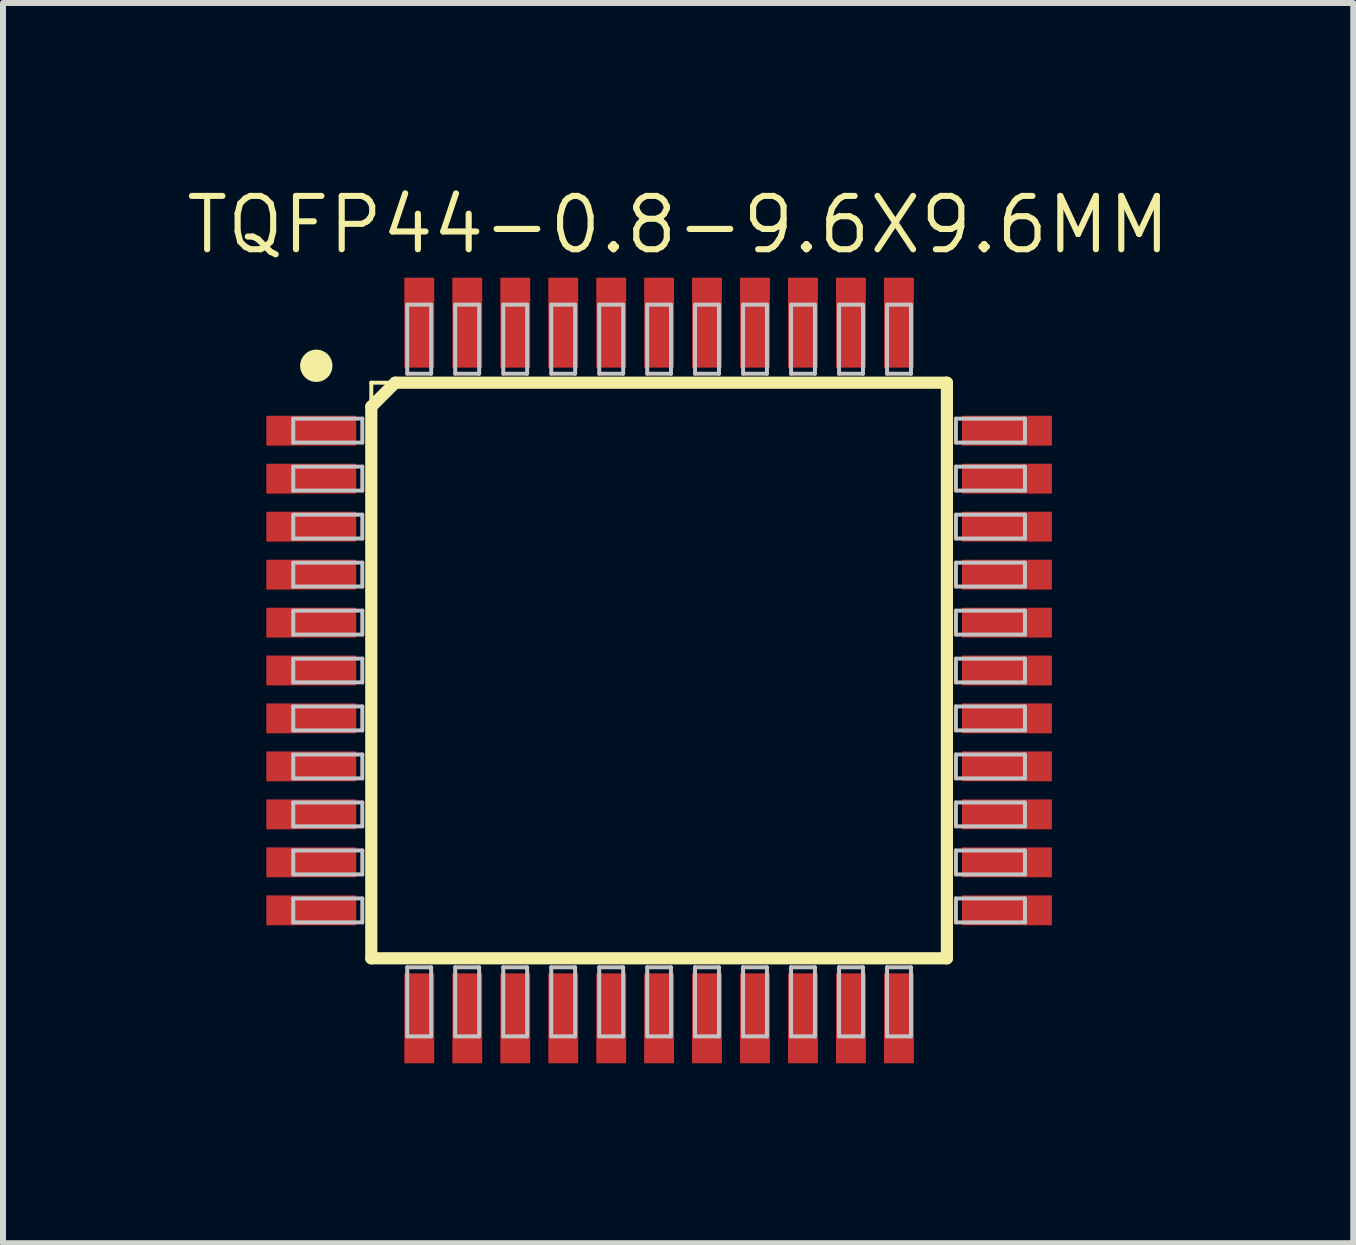
<source format=kicad_pcb>
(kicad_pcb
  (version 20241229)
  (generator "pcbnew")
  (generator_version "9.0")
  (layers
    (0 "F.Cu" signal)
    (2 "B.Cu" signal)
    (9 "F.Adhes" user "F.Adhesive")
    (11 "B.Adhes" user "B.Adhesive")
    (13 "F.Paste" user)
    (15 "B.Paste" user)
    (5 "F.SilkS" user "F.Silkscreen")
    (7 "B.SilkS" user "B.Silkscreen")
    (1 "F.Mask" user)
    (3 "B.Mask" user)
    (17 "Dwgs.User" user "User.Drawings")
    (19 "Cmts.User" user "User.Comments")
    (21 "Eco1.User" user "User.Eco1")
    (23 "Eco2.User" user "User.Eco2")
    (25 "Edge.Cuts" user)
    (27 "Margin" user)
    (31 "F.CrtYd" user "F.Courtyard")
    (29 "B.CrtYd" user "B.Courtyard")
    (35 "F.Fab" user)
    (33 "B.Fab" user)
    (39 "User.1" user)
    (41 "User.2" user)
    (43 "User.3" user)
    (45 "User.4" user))
  (footprint "TQFP44-0.8-9.6X9.6MM"
    (layer "F.Cu")
    (at 7.938 8.128)
    (property "Reference" "TQFP44-0.8-9.6X9.6MM" (at 0.318 -7.429 0) (layer "F.SilkS") (effects (font (size 0.889 0.889) (thickness 0.102))))
    (attr smd)
    (fp_line (start -4.798 -4.798) (end 4.798 -4.798) (stroke (width 0.066) (type solid)) (layer "F.SilkS"))
    (fp_line (start -4.798 -4.399) (end -4.399 -4.798) (stroke (width 0.203) (type solid)) (layer "F.SilkS"))
    (fp_line (start -4.798 4.798) (end -4.798 -4.798) (stroke (width 0.066) (type solid)) (layer "F.SilkS"))
    (fp_line (start -4.798 4.798) (end -4.798 -4.399) (stroke (width 0.203) (type solid)) (layer "F.SilkS"))
    (fp_line (start -4.798 4.798) (end 4.798 4.798) (stroke (width 0.066) (type solid)) (layer "F.SilkS"))
    (fp_line (start -4.399 -4.798) (end 4.798 -4.798) (stroke (width 0.203) (type solid)) (layer "F.SilkS"))
    (fp_line (start 4.798 -4.798) (end 4.798 4.798) (stroke (width 0.203) (type solid)) (layer "F.SilkS"))
    (fp_line (start 4.798 4.798) (end -4.798 4.798) (stroke (width 0.203) (type solid)) (layer "F.SilkS"))
    (fp_line (start 4.798 4.798) (end 4.798 -4.798) (stroke (width 0.066) (type solid)) (layer "F.SilkS"))
    (fp_circle (center -5.715 -5.08) (end -5.905 -5.271) (stroke (width 0) (type solid)) (fill yes) (layer "F.SilkS"))
    (fp_line (start -6.099 -4.199) (end -4.948 -4.199) (stroke (width 0.066) (type solid)) (layer "Dwgs.User"))
    (fp_line (start -6.099 -3.8) (end -6.099 -4.199) (stroke (width 0.066) (type solid)) (layer "Dwgs.User"))
    (fp_line (start -6.099 -3.8) (end -4.948 -3.8) (stroke (width 0.066) (type solid)) (layer "Dwgs.User"))
    (fp_line (start -6.099 -3.399) (end -4.948 -3.399) (stroke (width 0.066) (type solid)) (layer "Dwgs.User"))
    (fp_line (start -6.099 -3) (end -6.099 -3.399) (stroke (width 0.066) (type solid)) (layer "Dwgs.User"))
    (fp_line (start -6.099 -3) (end -4.948 -3) (stroke (width 0.066) (type solid)) (layer "Dwgs.User"))
    (fp_line (start -6.099 -2.598) (end -4.948 -2.598) (stroke (width 0.066) (type solid)) (layer "Dwgs.User"))
    (fp_line (start -6.099 -2.2) (end -6.099 -2.598) (stroke (width 0.066) (type solid)) (layer "Dwgs.User"))
    (fp_line (start -6.099 -2.2) (end -4.948 -2.2) (stroke (width 0.066) (type solid)) (layer "Dwgs.User"))
    (fp_line (start -6.099 -1.798) (end -4.948 -1.798) (stroke (width 0.066) (type solid)) (layer "Dwgs.User"))
    (fp_line (start -6.099 -1.4) (end -6.099 -1.798) (stroke (width 0.066) (type solid)) (layer "Dwgs.User"))
    (fp_line (start -6.099 -1.4) (end -4.948 -1.4) (stroke (width 0.066) (type solid)) (layer "Dwgs.User"))
    (fp_line (start -6.099 -0.998) (end -4.948 -0.998) (stroke (width 0.066) (type solid)) (layer "Dwgs.User"))
    (fp_line (start -6.099 -0.599) (end -6.099 -0.998) (stroke (width 0.066) (type solid)) (layer "Dwgs.User"))
    (fp_line (start -6.099 -0.599) (end -4.948 -0.599) (stroke (width 0.066) (type solid)) (layer "Dwgs.User"))
    (fp_line (start -6.099 -0.198) (end -4.948 -0.198) (stroke (width 0.066) (type solid)) (layer "Dwgs.User"))
    (fp_line (start -6.099 0.198) (end -6.099 -0.198) (stroke (width 0.066) (type solid)) (layer "Dwgs.User"))
    (fp_line (start -6.099 0.198) (end -4.948 0.198) (stroke (width 0.066) (type solid)) (layer "Dwgs.User"))
    (fp_line (start -6.099 0.599) (end -4.948 0.599) (stroke (width 0.066) (type solid)) (layer "Dwgs.User"))
    (fp_line (start -6.099 0.998) (end -6.099 0.599) (stroke (width 0.066) (type solid)) (layer "Dwgs.User"))
    (fp_line (start -6.099 0.998) (end -4.948 0.998) (stroke (width 0.066) (type solid)) (layer "Dwgs.User"))
    (fp_line (start -6.099 1.4) (end -4.948 1.4) (stroke (width 0.066) (type solid)) (layer "Dwgs.User"))
    (fp_line (start -6.099 1.798) (end -6.099 1.4) (stroke (width 0.066) (type solid)) (layer "Dwgs.User"))
    (fp_line (start -6.099 1.798) (end -4.948 1.798) (stroke (width 0.066) (type solid)) (layer "Dwgs.User"))
    (fp_line (start -6.099 2.2) (end -4.948 2.2) (stroke (width 0.066) (type solid)) (layer "Dwgs.User"))
    (fp_line (start -6.099 2.598) (end -6.099 2.2) (stroke (width 0.066) (type solid)) (layer "Dwgs.User"))
    (fp_line (start -6.099 2.598) (end -4.948 2.598) (stroke (width 0.066) (type solid)) (layer "Dwgs.User"))
    (fp_line (start -6.099 3) (end -4.948 3) (stroke (width 0.066) (type solid)) (layer "Dwgs.User"))
    (fp_line (start -6.099 3.399) (end -6.099 3) (stroke (width 0.066) (type solid)) (layer "Dwgs.User"))
    (fp_line (start -6.099 3.399) (end -4.948 3.399) (stroke (width 0.066) (type solid)) (layer "Dwgs.User"))
    (fp_line (start -6.099 3.8) (end -4.948 3.8) (stroke (width 0.066) (type solid)) (layer "Dwgs.User"))
    (fp_line (start -6.099 4.199) (end -6.099 3.8) (stroke (width 0.066) (type solid)) (layer "Dwgs.User"))
    (fp_line (start -6.099 4.199) (end -4.948 4.199) (stroke (width 0.066) (type solid)) (layer "Dwgs.User"))
    (fp_line (start -4.948 -3.8) (end -4.948 -4.199) (stroke (width 0.066) (type solid)) (layer "Dwgs.User"))
    (fp_line (start -4.948 -3) (end -4.948 -3.399) (stroke (width 0.066) (type solid)) (layer "Dwgs.User"))
    (fp_line (start -4.948 -2.2) (end -4.948 -2.598) (stroke (width 0.066) (type solid)) (layer "Dwgs.User"))
    (fp_line (start -4.948 -1.4) (end -4.948 -1.798) (stroke (width 0.066) (type solid)) (layer "Dwgs.User"))
    (fp_line (start -4.948 -0.599) (end -4.948 -0.998) (stroke (width 0.066) (type solid)) (layer "Dwgs.User"))
    (fp_line (start -4.948 0.198) (end -4.948 -0.198) (stroke (width 0.066) (type solid)) (layer "Dwgs.User"))
    (fp_line (start -4.948 0.998) (end -4.948 0.599) (stroke (width 0.066) (type solid)) (layer "Dwgs.User"))
    (fp_line (start -4.948 1.798) (end -4.948 1.4) (stroke (width 0.066) (type solid)) (layer "Dwgs.User"))
    (fp_line (start -4.948 2.598) (end -4.948 2.2) (stroke (width 0.066) (type solid)) (layer "Dwgs.User"))
    (fp_line (start -4.948 3.399) (end -4.948 3) (stroke (width 0.066) (type solid)) (layer "Dwgs.User"))
    (fp_line (start -4.948 4.199) (end -4.948 3.8) (stroke (width 0.066) (type solid)) (layer "Dwgs.User"))
    (fp_line (start -4.199 -6.099) (end -3.8 -6.099) (stroke (width 0.066) (type solid)) (layer "Dwgs.User"))
    (fp_line (start -4.199 -4.948) (end -4.199 -6.099) (stroke (width 0.066) (type solid)) (layer "Dwgs.User"))
    (fp_line (start -4.199 -4.948) (end -3.8 -4.948) (stroke (width 0.066) (type solid)) (layer "Dwgs.User"))
    (fp_line (start -4.199 4.948) (end -3.8 4.948) (stroke (width 0.066) (type solid)) (layer "Dwgs.User"))
    (fp_line (start -4.199 6.099) (end -4.199 4.948) (stroke (width 0.066) (type solid)) (layer "Dwgs.User"))
    (fp_line (start -4.199 6.099) (end -3.8 6.099) (stroke (width 0.066) (type solid)) (layer "Dwgs.User"))
    (fp_line (start -3.8 -4.948) (end -3.8 -6.099) (stroke (width 0.066) (type solid)) (layer "Dwgs.User"))
    (fp_line (start -3.8 6.099) (end -3.8 4.948) (stroke (width 0.066) (type solid)) (layer "Dwgs.User"))
    (fp_line (start -3.399 -6.099) (end -3 -6.099) (stroke (width 0.066) (type solid)) (layer "Dwgs.User"))
    (fp_line (start -3.399 -4.948) (end -3.399 -6.099) (stroke (width 0.066) (type solid)) (layer "Dwgs.User"))
    (fp_line (start -3.399 -4.948) (end -3 -4.948) (stroke (width 0.066) (type solid)) (layer "Dwgs.User"))
    (fp_line (start -3.399 4.948) (end -3 4.948) (stroke (width 0.066) (type solid)) (layer "Dwgs.User"))
    (fp_line (start -3.399 6.099) (end -3.399 4.948) (stroke (width 0.066) (type solid)) (layer "Dwgs.User"))
    (fp_line (start -3.399 6.099) (end -3 6.099) (stroke (width 0.066) (type solid)) (layer "Dwgs.User"))
    (fp_line (start -3 -4.948) (end -3 -6.099) (stroke (width 0.066) (type solid)) (layer "Dwgs.User"))
    (fp_line (start -3 6.099) (end -3 4.948) (stroke (width 0.066) (type solid)) (layer "Dwgs.User"))
    (fp_line (start -2.598 -6.099) (end -2.2 -6.099) (stroke (width 0.066) (type solid)) (layer "Dwgs.User"))
    (fp_line (start -2.598 -4.948) (end -2.598 -6.099) (stroke (width 0.066) (type solid)) (layer "Dwgs.User"))
    (fp_line (start -2.598 -4.948) (end -2.2 -4.948) (stroke (width 0.066) (type solid)) (layer "Dwgs.User"))
    (fp_line (start -2.598 4.948) (end -2.2 4.948) (stroke (width 0.066) (type solid)) (layer "Dwgs.User"))
    (fp_line (start -2.598 6.099) (end -2.598 4.948) (stroke (width 0.066) (type solid)) (layer "Dwgs.User"))
    (fp_line (start -2.598 6.099) (end -2.2 6.099) (stroke (width 0.066) (type solid)) (layer "Dwgs.User"))
    (fp_line (start -2.2 -4.948) (end -2.2 -6.099) (stroke (width 0.066) (type solid)) (layer "Dwgs.User"))
    (fp_line (start -2.2 6.099) (end -2.2 4.948) (stroke (width 0.066) (type solid)) (layer "Dwgs.User"))
    (fp_line (start -1.798 -6.099) (end -1.4 -6.099) (stroke (width 0.066) (type solid)) (layer "Dwgs.User"))
    (fp_line (start -1.798 -4.948) (end -1.798 -6.099) (stroke (width 0.066) (type solid)) (layer "Dwgs.User"))
    (fp_line (start -1.798 -4.948) (end -1.4 -4.948) (stroke (width 0.066) (type solid)) (layer "Dwgs.User"))
    (fp_line (start -1.798 4.948) (end -1.4 4.948) (stroke (width 0.066) (type solid)) (layer "Dwgs.User"))
    (fp_line (start -1.798 6.099) (end -1.798 4.948) (stroke (width 0.066) (type solid)) (layer "Dwgs.User"))
    (fp_line (start -1.798 6.099) (end -1.4 6.099) (stroke (width 0.066) (type solid)) (layer "Dwgs.User"))
    (fp_line (start -1.4 -4.948) (end -1.4 -6.099) (stroke (width 0.066) (type solid)) (layer "Dwgs.User"))
    (fp_line (start -1.4 6.099) (end -1.4 4.948) (stroke (width 0.066) (type solid)) (layer "Dwgs.User"))
    (fp_line (start -0.998 -6.099) (end -0.599 -6.099) (stroke (width 0.066) (type solid)) (layer "Dwgs.User"))
    (fp_line (start -0.998 -4.948) (end -0.998 -6.099) (stroke (width 0.066) (type solid)) (layer "Dwgs.User"))
    (fp_line (start -0.998 -4.948) (end -0.599 -4.948) (stroke (width 0.066) (type solid)) (layer "Dwgs.User"))
    (fp_line (start -0.998 4.948) (end -0.599 4.948) (stroke (width 0.066) (type solid)) (layer "Dwgs.User"))
    (fp_line (start -0.998 6.099) (end -0.998 4.948) (stroke (width 0.066) (type solid)) (layer "Dwgs.User"))
    (fp_line (start -0.998 6.099) (end -0.599 6.099) (stroke (width 0.066) (type solid)) (layer "Dwgs.User"))
    (fp_line (start -0.599 -4.948) (end -0.599 -6.099) (stroke (width 0.066) (type solid)) (layer "Dwgs.User"))
    (fp_line (start -0.599 6.099) (end -0.599 4.948) (stroke (width 0.066) (type solid)) (layer "Dwgs.User"))
    (fp_line (start -0.198 -6.099) (end 0.198 -6.099) (stroke (width 0.066) (type solid)) (layer "Dwgs.User"))
    (fp_line (start -0.198 -4.948) (end -0.198 -6.099) (stroke (width 0.066) (type solid)) (layer "Dwgs.User"))
    (fp_line (start -0.198 -4.948) (end 0.198 -4.948) (stroke (width 0.066) (type solid)) (layer "Dwgs.User"))
    (fp_line (start -0.198 4.948) (end 0.198 4.948) (stroke (width 0.066) (type solid)) (layer "Dwgs.User"))
    (fp_line (start -0.198 6.099) (end -0.198 4.948) (stroke (width 0.066) (type solid)) (layer "Dwgs.User"))
    (fp_line (start -0.198 6.099) (end 0.198 6.099) (stroke (width 0.066) (type solid)) (layer "Dwgs.User"))
    (fp_line (start 0.198 -4.948) (end 0.198 -6.099) (stroke (width 0.066) (type solid)) (layer "Dwgs.User"))
    (fp_line (start 0.198 6.099) (end 0.198 4.948) (stroke (width 0.066) (type solid)) (layer "Dwgs.User"))
    (fp_line (start 0.599 -6.099) (end 0.998 -6.099) (stroke (width 0.066) (type solid)) (layer "Dwgs.User"))
    (fp_line (start 0.599 -4.948) (end 0.599 -6.099) (stroke (width 0.066) (type solid)) (layer "Dwgs.User"))
    (fp_line (start 0.599 -4.948) (end 0.998 -4.948) (stroke (width 0.066) (type solid)) (layer "Dwgs.User"))
    (fp_line (start 0.599 4.948) (end 0.998 4.948) (stroke (width 0.066) (type solid)) (layer "Dwgs.User"))
    (fp_line (start 0.599 6.099) (end 0.599 4.948) (stroke (width 0.066) (type solid)) (layer "Dwgs.User"))
    (fp_line (start 0.599 6.099) (end 0.998 6.099) (stroke (width 0.066) (type solid)) (layer "Dwgs.User"))
    (fp_line (start 0.998 -4.948) (end 0.998 -6.099) (stroke (width 0.066) (type solid)) (layer "Dwgs.User"))
    (fp_line (start 0.998 6.099) (end 0.998 4.948) (stroke (width 0.066) (type solid)) (layer "Dwgs.User"))
    (fp_line (start 1.4 -6.099) (end 1.798 -6.099) (stroke (width 0.066) (type solid)) (layer "Dwgs.User"))
    (fp_line (start 1.4 -4.948) (end 1.4 -6.099) (stroke (width 0.066) (type solid)) (layer "Dwgs.User"))
    (fp_line (start 1.4 -4.948) (end 1.798 -4.948) (stroke (width 0.066) (type solid)) (layer "Dwgs.User"))
    (fp_line (start 1.4 4.948) (end 1.798 4.948) (stroke (width 0.066) (type solid)) (layer "Dwgs.User"))
    (fp_line (start 1.4 6.099) (end 1.4 4.948) (stroke (width 0.066) (type solid)) (layer "Dwgs.User"))
    (fp_line (start 1.4 6.099) (end 1.798 6.099) (stroke (width 0.066) (type solid)) (layer "Dwgs.User"))
    (fp_line (start 1.798 -4.948) (end 1.798 -6.099) (stroke (width 0.066) (type solid)) (layer "Dwgs.User"))
    (fp_line (start 1.798 6.099) (end 1.798 4.948) (stroke (width 0.066) (type solid)) (layer "Dwgs.User"))
    (fp_line (start 2.2 -6.099) (end 2.598 -6.099) (stroke (width 0.066) (type solid)) (layer "Dwgs.User"))
    (fp_line (start 2.2 -4.948) (end 2.2 -6.099) (stroke (width 0.066) (type solid)) (layer "Dwgs.User"))
    (fp_line (start 2.2 -4.948) (end 2.598 -4.948) (stroke (width 0.066) (type solid)) (layer "Dwgs.User"))
    (fp_line (start 2.2 4.948) (end 2.598 4.948) (stroke (width 0.066) (type solid)) (layer "Dwgs.User"))
    (fp_line (start 2.2 6.099) (end 2.2 4.948) (stroke (width 0.066) (type solid)) (layer "Dwgs.User"))
    (fp_line (start 2.2 6.099) (end 2.598 6.099) (stroke (width 0.066) (type solid)) (layer "Dwgs.User"))
    (fp_line (start 2.598 -4.948) (end 2.598 -6.099) (stroke (width 0.066) (type solid)) (layer "Dwgs.User"))
    (fp_line (start 2.598 6.099) (end 2.598 4.948) (stroke (width 0.066) (type solid)) (layer "Dwgs.User"))
    (fp_line (start 3 -6.099) (end 3.399 -6.099) (stroke (width 0.066) (type solid)) (layer "Dwgs.User"))
    (fp_line (start 3 -4.948) (end 3 -6.099) (stroke (width 0.066) (type solid)) (layer "Dwgs.User"))
    (fp_line (start 3 -4.948) (end 3.399 -4.948) (stroke (width 0.066) (type solid)) (layer "Dwgs.User"))
    (fp_line (start 3 4.948) (end 3.399 4.948) (stroke (width 0.066) (type solid)) (layer "Dwgs.User"))
    (fp_line (start 3 6.099) (end 3 4.948) (stroke (width 0.066) (type solid)) (layer "Dwgs.User"))
    (fp_line (start 3 6.099) (end 3.399 6.099) (stroke (width 0.066) (type solid)) (layer "Dwgs.User"))
    (fp_line (start 3.399 -4.948) (end 3.399 -6.099) (stroke (width 0.066) (type solid)) (layer "Dwgs.User"))
    (fp_line (start 3.399 6.099) (end 3.399 4.948) (stroke (width 0.066) (type solid)) (layer "Dwgs.User"))
    (fp_line (start 3.8 -6.099) (end 4.199 -6.099) (stroke (width 0.066) (type solid)) (layer "Dwgs.User"))
    (fp_line (start 3.8 -4.948) (end 3.8 -6.099) (stroke (width 0.066) (type solid)) (layer "Dwgs.User"))
    (fp_line (start 3.8 -4.948) (end 4.199 -4.948) (stroke (width 0.066) (type solid)) (layer "Dwgs.User"))
    (fp_line (start 3.8 4.948) (end 4.199 4.948) (stroke (width 0.066) (type solid)) (layer "Dwgs.User"))
    (fp_line (start 3.8 6.099) (end 3.8 4.948) (stroke (width 0.066) (type solid)) (layer "Dwgs.User"))
    (fp_line (start 3.8 6.099) (end 4.199 6.099) (stroke (width 0.066) (type solid)) (layer "Dwgs.User"))
    (fp_line (start 4.199 -4.948) (end 4.199 -6.099) (stroke (width 0.066) (type solid)) (layer "Dwgs.User"))
    (fp_line (start 4.199 6.099) (end 4.199 4.948) (stroke (width 0.066) (type solid)) (layer "Dwgs.User"))
    (fp_line (start 4.948 -4.199) (end 6.099 -4.199) (stroke (width 0.066) (type solid)) (layer "Dwgs.User"))
    (fp_line (start 4.948 -3.8) (end 4.948 -4.199) (stroke (width 0.066) (type solid)) (layer "Dwgs.User"))
    (fp_line (start 4.948 -3.8) (end 6.099 -3.8) (stroke (width 0.066) (type solid)) (layer "Dwgs.User"))
    (fp_line (start 4.948 -3.399) (end 6.099 -3.399) (stroke (width 0.066) (type solid)) (layer "Dwgs.User"))
    (fp_line (start 4.948 -3) (end 4.948 -3.399) (stroke (width 0.066) (type solid)) (layer "Dwgs.User"))
    (fp_line (start 4.948 -3) (end 6.099 -3) (stroke (width 0.066) (type solid)) (layer "Dwgs.User"))
    (fp_line (start 4.948 -2.598) (end 6.099 -2.598) (stroke (width 0.066) (type solid)) (layer "Dwgs.User"))
    (fp_line (start 4.948 -2.2) (end 4.948 -2.598) (stroke (width 0.066) (type solid)) (layer "Dwgs.User"))
    (fp_line (start 4.948 -2.2) (end 6.099 -2.2) (stroke (width 0.066) (type solid)) (layer "Dwgs.User"))
    (fp_line (start 4.948 -1.798) (end 6.099 -1.798) (stroke (width 0.066) (type solid)) (layer "Dwgs.User"))
    (fp_line (start 4.948 -1.4) (end 4.948 -1.798) (stroke (width 0.066) (type solid)) (layer "Dwgs.User"))
    (fp_line (start 4.948 -1.4) (end 6.099 -1.4) (stroke (width 0.066) (type solid)) (layer "Dwgs.User"))
    (fp_line (start 4.948 -0.998) (end 6.099 -0.998) (stroke (width 0.066) (type solid)) (layer "Dwgs.User"))
    (fp_line (start 4.948 -0.599) (end 4.948 -0.998) (stroke (width 0.066) (type solid)) (layer "Dwgs.User"))
    (fp_line (start 4.948 -0.599) (end 6.099 -0.599) (stroke (width 0.066) (type solid)) (layer "Dwgs.User"))
    (fp_line (start 4.948 -0.198) (end 6.099 -0.198) (stroke (width 0.066) (type solid)) (layer "Dwgs.User"))
    (fp_line (start 4.948 0.198) (end 4.948 -0.198) (stroke (width 0.066) (type solid)) (layer "Dwgs.User"))
    (fp_line (start 4.948 0.198) (end 6.099 0.198) (stroke (width 0.066) (type solid)) (layer "Dwgs.User"))
    (fp_line (start 4.948 0.599) (end 6.099 0.599) (stroke (width 0.066) (type solid)) (layer "Dwgs.User"))
    (fp_line (start 4.948 0.998) (end 4.948 0.599) (stroke (width 0.066) (type solid)) (layer "Dwgs.User"))
    (fp_line (start 4.948 0.998) (end 6.099 0.998) (stroke (width 0.066) (type solid)) (layer "Dwgs.User"))
    (fp_line (start 4.948 1.4) (end 6.099 1.4) (stroke (width 0.066) (type solid)) (layer "Dwgs.User"))
    (fp_line (start 4.948 1.798) (end 4.948 1.4) (stroke (width 0.066) (type solid)) (layer "Dwgs.User"))
    (fp_line (start 4.948 1.798) (end 6.099 1.798) (stroke (width 0.066) (type solid)) (layer "Dwgs.User"))
    (fp_line (start 4.948 2.2) (end 6.099 2.2) (stroke (width 0.066) (type solid)) (layer "Dwgs.User"))
    (fp_line (start 4.948 2.598) (end 4.948 2.2) (stroke (width 0.066) (type solid)) (layer "Dwgs.User"))
    (fp_line (start 4.948 2.598) (end 6.099 2.598) (stroke (width 0.066) (type solid)) (layer "Dwgs.User"))
    (fp_line (start 4.948 3) (end 6.099 3) (stroke (width 0.066) (type solid)) (layer "Dwgs.User"))
    (fp_line (start 4.948 3.399) (end 4.948 3) (stroke (width 0.066) (type solid)) (layer "Dwgs.User"))
    (fp_line (start 4.948 3.399) (end 6.099 3.399) (stroke (width 0.066) (type solid)) (layer "Dwgs.User"))
    (fp_line (start 4.948 3.8) (end 6.099 3.8) (stroke (width 0.066) (type solid)) (layer "Dwgs.User"))
    (fp_line (start 4.948 4.199) (end 4.948 3.8) (stroke (width 0.066) (type solid)) (layer "Dwgs.User"))
    (fp_line (start 4.948 4.199) (end 6.099 4.199) (stroke (width 0.066) (type solid)) (layer "Dwgs.User"))
    (fp_line (start 6.099 -3.8) (end 6.099 -4.199) (stroke (width 0.066) (type solid)) (layer "Dwgs.User"))
    (fp_line (start 6.099 -3) (end 6.099 -3.399) (stroke (width 0.066) (type solid)) (layer "Dwgs.User"))
    (fp_line (start 6.099 -2.2) (end 6.099 -2.598) (stroke (width 0.066) (type solid)) (layer "Dwgs.User"))
    (fp_line (start 6.099 -1.4) (end 6.099 -1.798) (stroke (width 0.066) (type solid)) (layer "Dwgs.User"))
    (fp_line (start 6.099 -0.599) (end 6.099 -0.998) (stroke (width 0.066) (type solid)) (layer "Dwgs.User"))
    (fp_line (start 6.099 0.198) (end 6.099 -0.198) (stroke (width 0.066) (type solid)) (layer "Dwgs.User"))
    (fp_line (start 6.099 0.998) (end 6.099 0.599) (stroke (width 0.066) (type solid)) (layer "Dwgs.User"))
    (fp_line (start 6.099 1.798) (end 6.099 1.4) (stroke (width 0.066) (type solid)) (layer "Dwgs.User"))
    (fp_line (start 6.099 2.598) (end 6.099 2.2) (stroke (width 0.066) (type solid)) (layer "Dwgs.User"))
    (fp_line (start 6.099 3.399) (end 6.099 3) (stroke (width 0.066) (type solid)) (layer "Dwgs.User"))
    (fp_line (start 6.099 4.199) (end 6.099 3.8) (stroke (width 0.066) (type solid)) (layer "Dwgs.User"))
    (pad "1" smd rect (at -5.799 -3.998) (size 1.499 0.498) (layers "F.Cu" "F.Mask" "F.Paste"))
    (pad "2" smd rect (at -5.799 -3.198) (size 1.499 0.498) (layers "F.Cu" "F.Mask" "F.Paste"))
    (pad "3" smd rect (at -5.799 -2.398) (size 1.499 0.498) (layers "F.Cu" "F.Mask" "F.Paste"))
    (pad "4" smd rect (at -5.799 -1.598) (size 1.499 0.498) (layers "F.Cu" "F.Mask" "F.Paste"))
    (pad "5" smd rect (at -5.799 -0.798) (size 1.499 0.498) (layers "F.Cu" "F.Mask" "F.Paste"))
    (pad "6" smd rect (at -5.799 0) (size 1.499 0.498) (layers "F.Cu" "F.Mask" "F.Paste"))
    (pad "7" smd rect (at -5.799 0.798) (size 1.499 0.498) (layers "F.Cu" "F.Mask" "F.Paste"))
    (pad "8" smd rect (at -5.799 1.598) (size 1.499 0.498) (layers "F.Cu" "F.Mask" "F.Paste"))
    (pad "9" smd rect (at -5.799 2.398) (size 1.499 0.498) (layers "F.Cu" "F.Mask" "F.Paste"))
    (pad "10" smd rect (at -5.799 3.198) (size 1.499 0.498) (layers "F.Cu" "F.Mask" "F.Paste"))
    (pad "11" smd rect (at -5.799 3.998) (size 1.499 0.498) (layers "F.Cu" "F.Mask" "F.Paste"))
    (pad "12" smd rect (at -3.998 5.799) (size 0.498 1.499) (layers "F.Cu" "F.Mask" "F.Paste"))
    (pad "13" smd rect (at -3.198 5.799) (size 0.498 1.499) (layers "F.Cu" "F.Mask" "F.Paste"))
    (pad "14" smd rect (at -2.398 5.799) (size 0.498 1.499) (layers "F.Cu" "F.Mask" "F.Paste"))
    (pad "15" smd rect (at -1.598 5.799) (size 0.498 1.499) (layers "F.Cu" "F.Mask" "F.Paste"))
    (pad "16" smd rect (at -0.798 5.799) (size 0.498 1.499) (layers "F.Cu" "F.Mask" "F.Paste"))
    (pad "17" smd rect (at 0 5.799) (size 0.498 1.499) (layers "F.Cu" "F.Mask" "F.Paste"))
    (pad "18" smd rect (at 0.798 5.799) (size 0.498 1.499) (layers "F.Cu" "F.Mask" "F.Paste"))
    (pad "19" smd rect (at 1.598 5.799) (size 0.498 1.499) (layers "F.Cu" "F.Mask" "F.Paste"))
    (pad "20" smd rect (at 2.398 5.799) (size 0.498 1.499) (layers "F.Cu" "F.Mask" "F.Paste"))
    (pad "21" smd rect (at 3.198 5.799) (size 0.498 1.499) (layers "F.Cu" "F.Mask" "F.Paste"))
    (pad "22" smd rect (at 3.998 5.799) (size 0.498 1.499) (layers "F.Cu" "F.Mask" "F.Paste"))
    (pad "23" smd rect (at 5.799 3.998) (size 1.499 0.498) (layers "F.Cu" "F.Mask" "F.Paste"))
    (pad "24" smd rect (at 5.799 3.198) (size 1.499 0.498) (layers "F.Cu" "F.Mask" "F.Paste"))
    (pad "25" smd rect (at 5.799 2.398) (size 1.499 0.498) (layers "F.Cu" "F.Mask" "F.Paste"))
    (pad "26" smd rect (at 5.799 1.598) (size 1.499 0.498) (layers "F.Cu" "F.Mask" "F.Paste"))
    (pad "27" smd rect (at 5.799 0.798) (size 1.499 0.498) (layers "F.Cu" "F.Mask" "F.Paste"))
    (pad "28" smd rect (at 5.799 0) (size 1.499 0.498) (layers "F.Cu" "F.Mask" "F.Paste"))
    (pad "29" smd rect (at 5.799 -0.798) (size 1.499 0.498) (layers "F.Cu" "F.Mask" "F.Paste"))
    (pad "30" smd rect (at 5.799 -1.598) (size 1.499 0.498) (layers "F.Cu" "F.Mask" "F.Paste"))
    (pad "31" smd rect (at 5.799 -2.398) (size 1.499 0.498) (layers "F.Cu" "F.Mask" "F.Paste"))
    (pad "32" smd rect (at 5.799 -3.198) (size 1.499 0.498) (layers "F.Cu" "F.Mask" "F.Paste"))
    (pad "33" smd rect (at 5.799 -3.998) (size 1.499 0.498) (layers "F.Cu" "F.Mask" "F.Paste"))
    (pad "34" smd rect (at 3.998 -5.799) (size 0.498 1.499) (layers "F.Cu" "F.Mask" "F.Paste"))
    (pad "35" smd rect (at 3.198 -5.799) (size 0.498 1.499) (layers "F.Cu" "F.Mask" "F.Paste"))
    (pad "36" smd rect (at 2.398 -5.799) (size 0.498 1.499) (layers "F.Cu" "F.Mask" "F.Paste"))
    (pad "37" smd rect (at 1.598 -5.799) (size 0.498 1.499) (layers "F.Cu" "F.Mask" "F.Paste"))
    (pad "38" smd rect (at 0.798 -5.799) (size 0.498 1.499) (layers "F.Cu" "F.Mask" "F.Paste"))
    (pad "39" smd rect (at 0 -5.799) (size 0.498 1.499) (layers "F.Cu" "F.Mask" "F.Paste"))
    (pad "40" smd rect (at -0.798 -5.799) (size 0.498 1.499) (layers "F.Cu" "F.Mask" "F.Paste"))
    (pad "41" smd rect (at -1.598 -5.799) (size 0.498 1.499) (layers "F.Cu" "F.Mask" "F.Paste"))
    (pad "42" smd rect (at -2.398 -5.799) (size 0.498 1.499) (layers "F.Cu" "F.Mask" "F.Paste"))
    (pad "43" smd rect (at -3.198 -5.799) (size 0.498 1.499) (layers "F.Cu" "F.Mask" "F.Paste"))
    (pad "44" smd rect (at -3.998 -5.799) (size 0.498 1.499) (layers "F.Cu" "F.Mask" "F.Paste")))
  (gr_rect
    (start -3 -3)
    (end 19.51 17.676)
    (stroke (width 0.1) (type default))
    (fill no)
    (layer "Edge.Cuts")))
</source>
